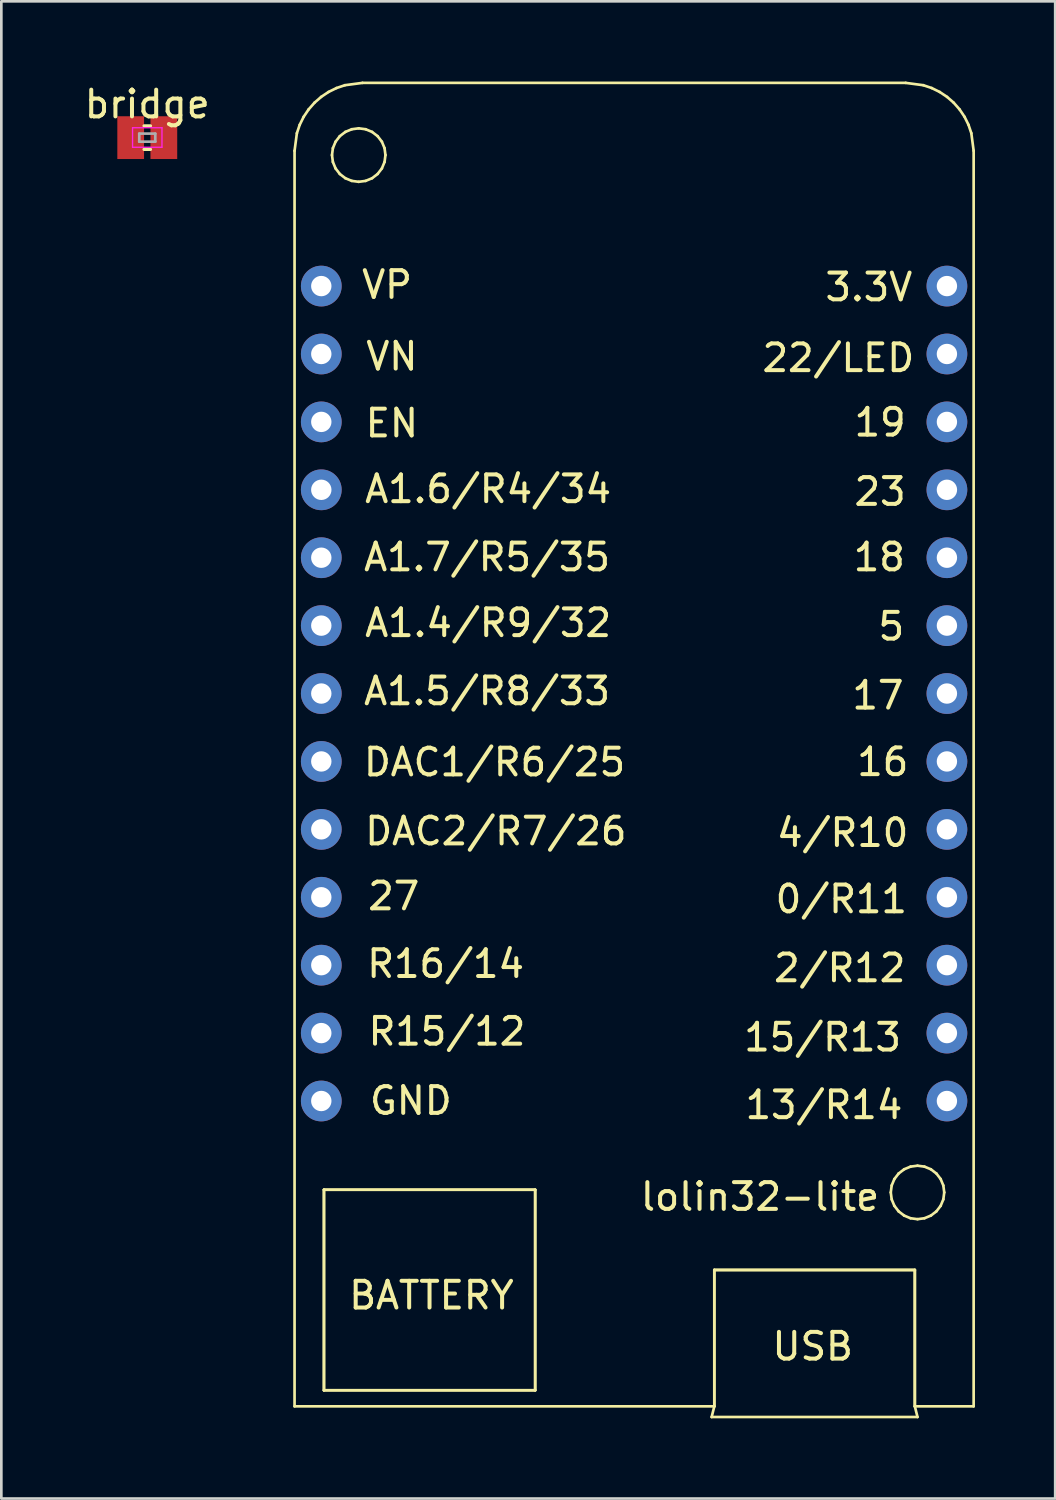
<source format=kicad_pcb>
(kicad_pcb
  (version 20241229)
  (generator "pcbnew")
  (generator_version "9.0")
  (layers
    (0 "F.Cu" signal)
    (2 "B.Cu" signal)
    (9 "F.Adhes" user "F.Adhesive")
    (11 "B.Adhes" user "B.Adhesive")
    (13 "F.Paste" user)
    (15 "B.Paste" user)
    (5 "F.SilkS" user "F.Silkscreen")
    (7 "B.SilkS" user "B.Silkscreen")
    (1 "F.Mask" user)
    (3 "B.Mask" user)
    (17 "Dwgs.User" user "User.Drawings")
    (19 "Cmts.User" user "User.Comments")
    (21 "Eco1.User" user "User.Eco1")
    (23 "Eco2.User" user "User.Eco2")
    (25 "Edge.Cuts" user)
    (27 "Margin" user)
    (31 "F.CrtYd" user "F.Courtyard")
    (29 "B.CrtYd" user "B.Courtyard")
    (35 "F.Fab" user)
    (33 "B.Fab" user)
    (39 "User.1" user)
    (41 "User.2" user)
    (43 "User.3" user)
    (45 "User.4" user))
  (footprint "bridge"
    (layer "F.Cu")
    (at 2.458 2.098)
    (property "Reference" "bridge" (at 0 -1.25 0) (layer "F.SilkS") (effects (font (size 1 1) (thickness 0.15))))
    (attr smd)
    (fp_line (start -0.12 0.44) (end 0.12 0.44) (stroke (width 0.12) (type solid)) (layer "F.SilkS"))
    (fp_line (start 0.12 -0.44) (end -0.12 -0.44) (stroke (width 0.12) (type solid)) (layer "F.SilkS"))
    (fp_line (start -0.55 -0.37) (end -0.55 0.36) (stroke (width 0.05) (type solid)) (layer "F.CrtYd"))
    (fp_line (start -0.55 -0.37) (end 0.55 -0.37) (stroke (width 0.05) (type solid)) (layer "F.CrtYd"))
    (fp_line (start 0.55 0.36) (end -0.55 0.36) (stroke (width 0.05) (type solid)) (layer "F.CrtYd"))
    (fp_line (start 0.55 0.36) (end 0.55 -0.37) (stroke (width 0.05) (type solid)) (layer "F.CrtYd"))
    (fp_line (start -0.3 -0.15) (end 0.3 -0.15) (stroke (width 0.1) (type solid)) (layer "F.Fab"))
    (fp_line (start -0.3 0.15) (end -0.3 -0.15) (stroke (width 0.1) (type solid)) (layer "F.Fab"))
    (fp_line (start 0.3 -0.15) (end 0.3 0.15) (stroke (width 0.1) (type solid)) (layer "F.Fab"))
    (fp_line (start 0.3 0.15) (end -0.3 0.15) (stroke (width 0.1) (type solid)) (layer "F.Fab"))
    (pad "1" smd rect (at -0.62 0) (size 1 1.6) (layers "F.Cu" "F.Mask" "F.Paste"))
    (pad "2" smd rect (at 0.62 0) (size 1 1.6) (layers "F.Cu" "F.Mask" "F.Paste")))
  (footprint "lolin32-lite"
    (layer "F.Cu")
    (at 20.667 26.07)
    (property "Reference" "lolin32-lite" (at 4.71 15.64 0) (layer "F.SilkS") (effects (font (size 1 1) (thickness 0.15))))
    (attr through_hole)
    (fp_line (start -12.7 -23.48) (end -12.613 -24.137) (stroke (width 0.1) (type solid)) (layer "F.SilkS"))
    (fp_line (start -12.7 23.48) (end -12.7 -23.48) (stroke (width 0.1) (type solid)) (layer "F.SilkS"))
    (fp_line (start -12.613 -24.137) (end -12.507 -24.452) (stroke (width 0.1) (type solid)) (layer "F.SilkS"))
    (fp_line (start -12.507 -24.452) (end -12.36 -24.75) (stroke (width 0.1) (type solid)) (layer "F.SilkS"))
    (fp_line (start -12.36 -24.75) (end -12.175 -25.026) (stroke (width 0.1) (type solid)) (layer "F.SilkS"))
    (fp_line (start -12.175 -25.026) (end -11.956 -25.276) (stroke (width 0.1) (type solid)) (layer "F.SilkS"))
    (fp_line (start -11.956 -25.276) (end -11.706 -25.495) (stroke (width 0.1) (type solid)) (layer "F.SilkS"))
    (fp_line (start -11.706 -25.495) (end -11.43 -25.68) (stroke (width 0.1) (type solid)) (layer "F.SilkS"))
    (fp_line (start -11.6 15.38) (end -11.6 22.88) (stroke (width 0.1) (type solid)) (layer "F.SilkS"))
    (fp_line (start -11.6 15.38) (end -3.7 15.38) (stroke (width 0.1) (type solid)) (layer "F.SilkS"))
    (fp_line (start -11.6 22.88) (end -11.6 15.38) (stroke (width 0.1) (type solid)) (layer "F.SilkS"))
    (fp_line (start -11.6 22.88) (end -3.7 22.88) (stroke (width 0.1) (type solid)) (layer "F.SilkS"))
    (fp_line (start -11.43 -25.68) (end -11.132 -25.827) (stroke (width 0.1) (type solid)) (layer "F.SilkS"))
    (fp_line (start -11.3 -23.32) (end -11.266 -23.061) (stroke (width 0.1) (type solid)) (layer "F.SilkS"))
    (fp_line (start -11.266 -23.579) (end -11.3 -23.32) (stroke (width 0.1) (type solid)) (layer "F.SilkS"))
    (fp_line (start -11.266 -23.061) (end -11.166 -22.82) (stroke (width 0.1) (type solid)) (layer "F.SilkS"))
    (fp_line (start -11.166 -23.82) (end -11.266 -23.579) (stroke (width 0.1) (type solid)) (layer "F.SilkS"))
    (fp_line (start -11.166 -22.82) (end -11.007 -22.613) (stroke (width 0.1) (type solid)) (layer "F.SilkS"))
    (fp_line (start -11.132 -25.827) (end -10.817 -25.933) (stroke (width 0.1) (type solid)) (layer "F.SilkS"))
    (fp_line (start -11.007 -24.027) (end -11.166 -23.82) (stroke (width 0.1) (type solid)) (layer "F.SilkS"))
    (fp_line (start -11.007 -22.613) (end -10.8 -22.454) (stroke (width 0.1) (type solid)) (layer "F.SilkS"))
    (fp_line (start -10.817 -25.933) (end -10.16 -26.02) (stroke (width 0.1) (type solid)) (layer "F.SilkS"))
    (fp_line (start -10.8 -24.186) (end -11.007 -24.027) (stroke (width 0.1) (type solid)) (layer "F.SilkS"))
    (fp_line (start -10.8 -22.454) (end -10.559 -22.354) (stroke (width 0.1) (type solid)) (layer "F.SilkS"))
    (fp_line (start -10.559 -24.286) (end -10.8 -24.186) (stroke (width 0.1) (type solid)) (layer "F.SilkS"))
    (fp_line (start -10.559 -22.354) (end -10.3 -22.32) (stroke (width 0.1) (type solid)) (layer "F.SilkS"))
    (fp_line (start -10.3 -24.32) (end -10.559 -24.286) (stroke (width 0.1) (type solid)) (layer "F.SilkS"))
    (fp_line (start -10.3 -22.32) (end -10.041 -22.354) (stroke (width 0.1) (type solid)) (layer "F.SilkS"))
    (fp_line (start -10.16 -26.02) (end 10.16 -26.02) (stroke (width 0.1) (type solid)) (layer "F.SilkS"))
    (fp_line (start -10.041 -24.286) (end -10.3 -24.32) (stroke (width 0.1) (type solid)) (layer "F.SilkS"))
    (fp_line (start -10.041 -22.354) (end -9.8 -22.454) (stroke (width 0.1) (type solid)) (layer "F.SilkS"))
    (fp_line (start -9.8 -24.186) (end -10.041 -24.286) (stroke (width 0.1) (type solid)) (layer "F.SilkS"))
    (fp_line (start -9.8 -22.454) (end -9.593 -22.613) (stroke (width 0.1) (type solid)) (layer "F.SilkS"))
    (fp_line (start -9.593 -24.027) (end -9.8 -24.186) (stroke (width 0.1) (type solid)) (layer "F.SilkS"))
    (fp_line (start -9.593 -22.613) (end -9.434 -22.82) (stroke (width 0.1) (type solid)) (layer "F.SilkS"))
    (fp_line (start -9.434 -23.82) (end -9.593 -24.027) (stroke (width 0.1) (type solid)) (layer "F.SilkS"))
    (fp_line (start -9.434 -22.82) (end -9.334 -23.061) (stroke (width 0.1) (type solid)) (layer "F.SilkS"))
    (fp_line (start -9.334 -23.579) (end -9.434 -23.82) (stroke (width 0.1) (type solid)) (layer "F.SilkS"))
    (fp_line (start -9.334 -23.061) (end -9.3 -23.32) (stroke (width 0.1) (type solid)) (layer "F.SilkS"))
    (fp_line (start -9.3 -23.32) (end -9.334 -23.579) (stroke (width 0.1) (type solid)) (layer "F.SilkS"))
    (fp_line (start -3.7 15.38) (end -11.6 15.38) (stroke (width 0.1) (type solid)) (layer "F.SilkS"))
    (fp_line (start -3.7 15.38) (end -3.7 22.88) (stroke (width 0.1) (type solid)) (layer "F.SilkS"))
    (fp_line (start -3.7 22.88) (end -11.6 22.88) (stroke (width 0.1) (type solid)) (layer "F.SilkS"))
    (fp_line (start -3.7 22.88) (end -3.7 15.38) (stroke (width 0.1) (type solid)) (layer "F.SilkS"))
    (fp_line (start 2.9 23.88) (end 3 23.48) (stroke (width 0.1) (type solid)) (layer "F.SilkS"))
    (fp_line (start 3 18.38) (end 3 23.48) (stroke (width 0.1) (type solid)) (layer "F.SilkS"))
    (fp_line (start 3 18.38) (end 10.5 18.38) (stroke (width 0.1) (type solid)) (layer "F.SilkS"))
    (fp_line (start 3 23.48) (end -12.7 23.48) (stroke (width 0.1) (type solid)) (layer "F.SilkS"))
    (fp_line (start 3 23.48) (end 3 18.38) (stroke (width 0.1) (type solid)) (layer "F.SilkS"))
    (fp_line (start 9.6 15.48) (end 9.634 15.739) (stroke (width 0.1) (type solid)) (layer "F.SilkS"))
    (fp_line (start 9.634 15.221) (end 9.6 15.48) (stroke (width 0.1) (type solid)) (layer "F.SilkS"))
    (fp_line (start 9.634 15.739) (end 9.734 15.98) (stroke (width 0.1) (type solid)) (layer "F.SilkS"))
    (fp_line (start 9.734 14.98) (end 9.634 15.221) (stroke (width 0.1) (type solid)) (layer "F.SilkS"))
    (fp_line (start 9.734 15.98) (end 9.893 16.187) (stroke (width 0.1) (type solid)) (layer "F.SilkS"))
    (fp_line (start 9.893 14.773) (end 9.734 14.98) (stroke (width 0.1) (type solid)) (layer "F.SilkS"))
    (fp_line (start 9.893 16.187) (end 10.1 16.346) (stroke (width 0.1) (type solid)) (layer "F.SilkS"))
    (fp_line (start 10.1 14.614) (end 9.893 14.773) (stroke (width 0.1) (type solid)) (layer "F.SilkS"))
    (fp_line (start 10.1 16.346) (end 10.341 16.446) (stroke (width 0.1) (type solid)) (layer "F.SilkS"))
    (fp_line (start 10.16 -26.02) (end 10.817 -25.933) (stroke (width 0.1) (type solid)) (layer "F.SilkS"))
    (fp_line (start 10.341 14.514) (end 10.1 14.614) (stroke (width 0.1) (type solid)) (layer "F.SilkS"))
    (fp_line (start 10.341 16.446) (end 10.6 16.48) (stroke (width 0.1) (type solid)) (layer "F.SilkS"))
    (fp_line (start 10.5 18.38) (end 3 18.38) (stroke (width 0.1) (type solid)) (layer "F.SilkS"))
    (fp_line (start 10.5 18.38) (end 10.5 23.48) (stroke (width 0.1) (type solid)) (layer "F.SilkS"))
    (fp_line (start 10.5 23.48) (end 10.5 18.38) (stroke (width 0.1) (type solid)) (layer "F.SilkS"))
    (fp_line (start 10.5 23.48) (end 10.6 23.88) (stroke (width 0.1) (type solid)) (layer "F.SilkS"))
    (fp_line (start 10.6 14.48) (end 10.341 14.514) (stroke (width 0.1) (type solid)) (layer "F.SilkS"))
    (fp_line (start 10.6 16.48) (end 10.859 16.446) (stroke (width 0.1) (type solid)) (layer "F.SilkS"))
    (fp_line (start 10.6 23.88) (end 2.9 23.88) (stroke (width 0.1) (type solid)) (layer "F.SilkS"))
    (fp_line (start 10.817 -25.933) (end 11.132 -25.827) (stroke (width 0.1) (type solid)) (layer "F.SilkS"))
    (fp_line (start 10.859 14.514) (end 10.6 14.48) (stroke (width 0.1) (type solid)) (layer "F.SilkS"))
    (fp_line (start 10.859 16.446) (end 11.1 16.346) (stroke (width 0.1) (type solid)) (layer "F.SilkS"))
    (fp_line (start 11.1 14.614) (end 10.859 14.514) (stroke (width 0.1) (type solid)) (layer "F.SilkS"))
    (fp_line (start 11.1 16.346) (end 11.307 16.187) (stroke (width 0.1) (type solid)) (layer "F.SilkS"))
    (fp_line (start 11.132 -25.827) (end 11.43 -25.68) (stroke (width 0.1) (type solid)) (layer "F.SilkS"))
    (fp_line (start 11.307 14.773) (end 11.1 14.614) (stroke (width 0.1) (type solid)) (layer "F.SilkS"))
    (fp_line (start 11.307 16.187) (end 11.466 15.98) (stroke (width 0.1) (type solid)) (layer "F.SilkS"))
    (fp_line (start 11.43 -25.68) (end 11.706 -25.495) (stroke (width 0.1) (type solid)) (layer "F.SilkS"))
    (fp_line (start 11.466 14.98) (end 11.307 14.773) (stroke (width 0.1) (type solid)) (layer "F.SilkS"))
    (fp_line (start 11.466 15.98) (end 11.566 15.739) (stroke (width 0.1) (type solid)) (layer "F.SilkS"))
    (fp_line (start 11.566 15.221) (end 11.466 14.98) (stroke (width 0.1) (type solid)) (layer "F.SilkS"))
    (fp_line (start 11.566 15.739) (end 11.6 15.48) (stroke (width 0.1) (type solid)) (layer "F.SilkS"))
    (fp_line (start 11.6 15.48) (end 11.566 15.221) (stroke (width 0.1) (type solid)) (layer "F.SilkS"))
    (fp_line (start 11.706 -25.495) (end 11.956 -25.276) (stroke (width 0.1) (type solid)) (layer "F.SilkS"))
    (fp_line (start 11.956 -25.276) (end 12.175 -25.026) (stroke (width 0.1) (type solid)) (layer "F.SilkS"))
    (fp_line (start 12.175 -25.026) (end 12.36 -24.75) (stroke (width 0.1) (type solid)) (layer "F.SilkS"))
    (fp_line (start 12.36 -24.75) (end 12.507 -24.452) (stroke (width 0.1) (type solid)) (layer "F.SilkS"))
    (fp_line (start 12.507 -24.452) (end 12.613 -24.137) (stroke (width 0.1) (type solid)) (layer "F.SilkS"))
    (fp_line (start 12.613 -24.137) (end 12.7 -23.48) (stroke (width 0.1) (type solid)) (layer "F.SilkS"))
    (fp_line (start 12.7 -23.48) (end 12.7 23.48) (stroke (width 0.1) (type solid)) (layer "F.SilkS"))
    (fp_line (start 12.7 23.48) (end 10.5 23.48) (stroke (width 0.1) (type solid)) (layer "F.SilkS"))
    (fp_text user "5" (at 9.62 -5.69 0) (layer "F.SilkS") (effects (font (size 1 1) (thickness 0.15))))
    (fp_text user "16" (at 9.3 -0.62 0) (layer "F.SilkS") (effects (font (size 1 1) (thickness 0.15))))
    (fp_text user "27" (at -8.99 4.4 0) (layer "F.SilkS") (effects (font (size 1 1) (thickness 0.15))))
    (fp_text user "R15/12" (at -7 9.46 0) (layer "F.SilkS") (effects (font (size 1 1) (thickness 0.15))))
    (fp_text user "19" (at 9.2 -13.32 0) (layer "F.SilkS") (effects (font (size 1 1) (thickness 0.15))))
    (fp_text user "13/R14" (at 7.1 12.21 0) (layer "F.SilkS") (effects (font (size 1 1) (thickness 0.15))))
    (fp_text user "BATTERY" (at -7.58 19.33 0) (layer "F.SilkS") (effects (font (size 1 1) (thickness 0.15))))
    (fp_text user "22/LED" (at 7.64 -15.73 0) (layer "F.SilkS") (effects (font (size 1 1) (thickness 0.15))))
    (fp_text user "4/R10" (at 7.8 2.03 0) (layer "F.SilkS") (effects (font (size 1 1) (thickness 0.15))))
    (fp_text user "15/R13" (at 7.05 9.68 0) (layer "F.SilkS") (effects (font (size 1 1) (thickness 0.15))))
    (fp_text user "DAC1/R6/25" (at -5.22 -0.61 0) (layer "F.SilkS") (effects (font (size 1 1) (thickness 0.15))))
    (fp_text user "A1.7/R5/35" (at -5.5 -8.28 0) (layer "F.SilkS") (effects (font (size 1 1) (thickness 0.15))))
    (fp_text user "USB" (at 6.68 21.24 0) (layer "F.SilkS") (effects (font (size 1 1) (thickness 0.15))))
    (fp_text user "17" (at 9.12 -3.11 0) (layer "F.SilkS") (effects (font (size 1 1) (thickness 0.15))))
    (fp_text user "A1.5/R8/33" (at -5.5 -3.27 0) (layer "F.SilkS") (effects (font (size 1 1) (thickness 0.15))))
    (fp_text user "VP" (at -9.24 -18.47 0) (layer "F.SilkS") (effects (font (size 1 1) (thickness 0.15))))
    (fp_text user "GND" (at -8.35 12.05 0) (layer "F.SilkS") (effects (font (size 1 1) (thickness 0.15))))
    (fp_text user "2/R12" (at 7.69 7.09 0) (layer "F.SilkS") (effects (font (size 1 1) (thickness 0.15))))
    (fp_text user "18" (at 9.17 -8.28 0) (layer "F.SilkS") (effects (font (size 1 1) (thickness 0.15))))
    (fp_text user "A1.4/R9/32" (at -5.46 -5.82 0) (layer "F.SilkS") (effects (font (size 1 1) (thickness 0.15))))
    (fp_text user "R16/14" (at -7.05 6.93 0) (layer "F.SilkS") (effects (font (size 1 1) (thickness 0.15))))
    (fp_text user "3.3V" (at 8.78 -18.38 0) (layer "F.SilkS") (effects (font (size 1 1) (thickness 0.15))))
    (fp_text user "EN" (at -9.06 -13.29 0) (layer "F.SilkS") (effects (font (size 1 1) (thickness 0.15))))
    (fp_text user "A1.6/R4/34" (at -5.46 -10.83 0) (layer "F.SilkS") (effects (font (size 1 1) (thickness 0.15))))
    (fp_text user "DAC2/R7/26" (at -5.17 1.97 0) (layer "F.SilkS") (effects (font (size 1 1) (thickness 0.15))))
    (fp_text user "23" (at 9.2 -10.73 0) (layer "F.SilkS") (effects (font (size 1 1) (thickness 0.15))))
    (fp_text user "0/R11" (at 7.75 4.51 0) (layer "F.SilkS") (effects (font (size 1 1) (thickness 0.15))))
    (fp_text user "VN" (at -9.06 -15.79 0) (layer "F.SilkS") (effects (font (size 1 1) (thickness 0.15))))
    (pad "1" thru_hole circle (at -11.7 -18.42) (size 1.524 1.524) (drill 0.762) (layers "*.Cu" "*.Mask"))
    (pad "2" thru_hole circle (at -11.7 -15.88) (size 1.524 1.524) (drill 0.762) (layers "*.Cu" "*.Mask"))
    (pad "3" thru_hole circle (at -11.7 -13.34) (size 1.524 1.524) (drill 0.762) (layers "*.Cu" "*.Mask"))
    (pad "4" thru_hole circle (at -11.7 -10.8) (size 1.524 1.524) (drill 0.762) (layers "*.Cu" "*.Mask"))
    (pad "5" thru_hole circle (at -11.7 -8.26) (size 1.524 1.524) (drill 0.762) (layers "*.Cu" "*.Mask"))
    (pad "6" thru_hole circle (at -11.7 -5.72) (size 1.524 1.524) (drill 0.762) (layers "*.Cu" "*.Mask"))
    (pad "7" thru_hole circle (at -11.7 -3.18) (size 1.524 1.524) (drill 0.762) (layers "*.Cu" "*.Mask"))
    (pad "8" thru_hole circle (at -11.7 -0.64) (size 1.524 1.524) (drill 0.762) (layers "*.Cu" "*.Mask"))
    (pad "9" thru_hole circle (at -11.7 1.9) (size 1.524 1.524) (drill 0.762) (layers "*.Cu" "*.Mask"))
    (pad "10" thru_hole circle (at -11.7 4.44) (size 1.524 1.524) (drill 0.762) (layers "*.Cu" "*.Mask"))
    (pad "11" thru_hole circle (at -11.7 6.98) (size 1.524 1.524) (drill 0.762) (layers "*.Cu" "*.Mask"))
    (pad "12" thru_hole circle (at -11.7 9.52) (size 1.524 1.524) (drill 0.762) (layers "*.Cu" "*.Mask"))
    (pad "13" thru_hole circle (at -11.7 12.06) (size 1.524 1.524) (drill 0.762) (layers "*.Cu" "*.Mask"))
    (pad "14" thru_hole circle (at 11.7 12.06) (size 1.524 1.524) (drill 0.762) (layers "*.Cu" "*.Mask"))
    (pad "15" thru_hole circle (at 11.7 9.52) (size 1.524 1.524) (drill 0.762) (layers "*.Cu" "*.Mask"))
    (pad "16" thru_hole circle (at 11.7 6.98) (size 1.524 1.524) (drill 0.762) (layers "*.Cu" "*.Mask"))
    (pad "17" thru_hole circle (at 11.7 4.44) (size 1.524 1.524) (drill 0.762) (layers "*.Cu" "*.Mask"))
    (pad "18" thru_hole circle (at 11.7 1.9) (size 1.524 1.524) (drill 0.762) (layers "*.Cu" "*.Mask"))
    (pad "19" thru_hole circle (at 11.7 -0.64) (size 1.524 1.524) (drill 0.762) (layers "*.Cu" "*.Mask"))
    (pad "20" thru_hole circle (at 11.7 -3.18) (size 1.524 1.524) (drill 0.762) (layers "*.Cu" "*.Mask"))
    (pad "21" thru_hole circle (at 11.7 -5.72) (size 1.524 1.524) (drill 0.762) (layers "*.Cu" "*.Mask"))
    (pad "22" thru_hole circle (at 11.7 -8.26) (size 1.524 1.524) (drill 0.762) (layers "*.Cu" "*.Mask"))
    (pad "23" thru_hole circle (at 11.7 -10.8) (size 1.524 1.524) (drill 0.762) (layers "*.Cu" "*.Mask"))
    (pad "24" thru_hole circle (at 11.7 -13.34) (size 1.524 1.524) (drill 0.762) (layers "*.Cu" "*.Mask"))
    (pad "25" thru_hole circle (at 11.7 -15.88) (size 1.524 1.524) (drill 0.762) (layers "*.Cu" "*.Mask"))
    (pad "26" thru_hole circle (at 11.7 -18.42) (size 1.524 1.524) (drill 0.762) (layers "*.Cu" "*.Mask")))
  (gr_rect
    (start -3 -3)
    (end 36.417 53)
    (stroke (width 0.1) (type default))
    (fill no)
    (layer "Edge.Cuts")))
</source>
